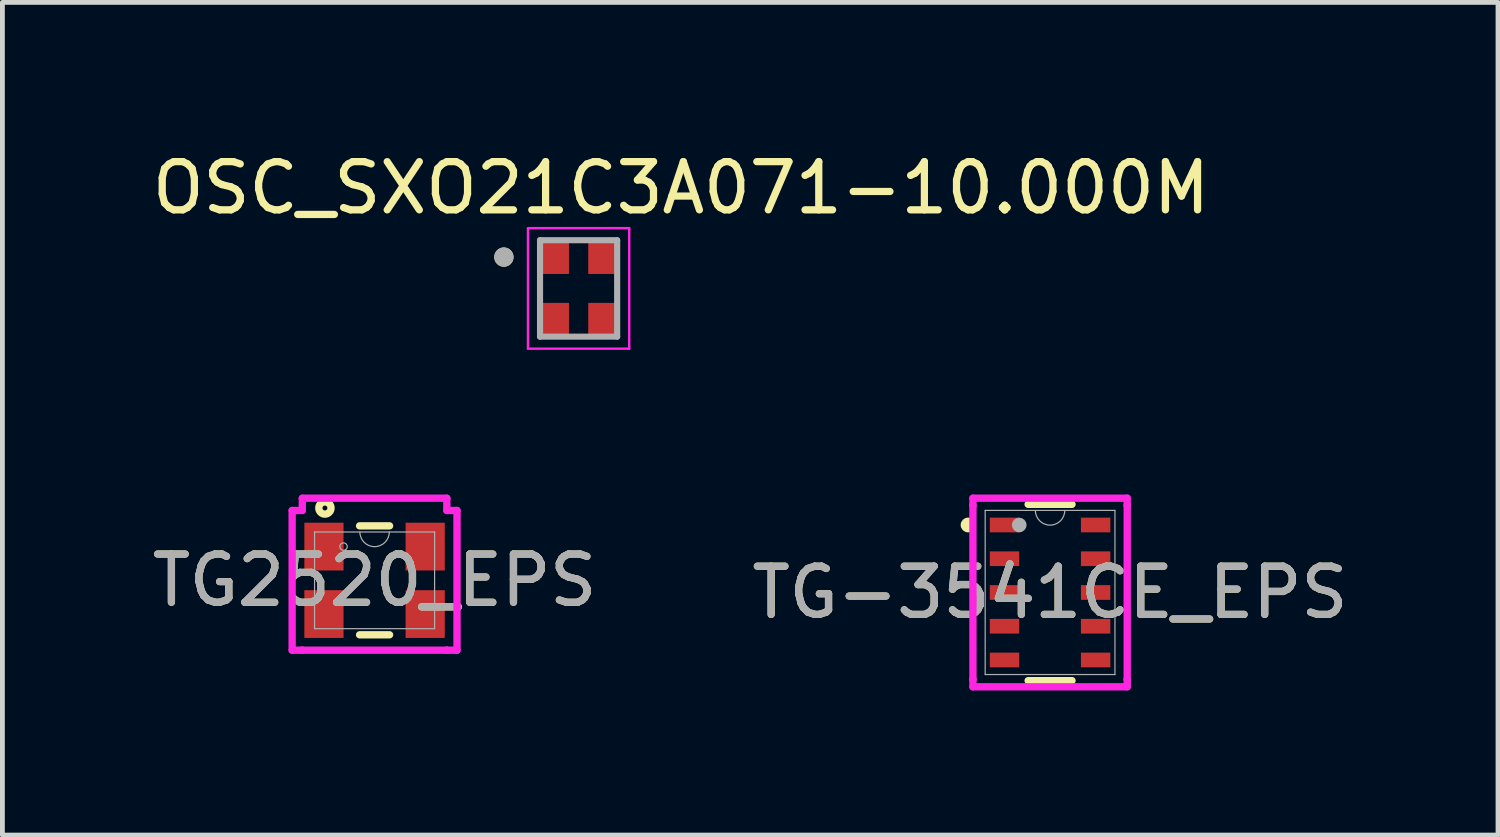
<source format=kicad_pcb>
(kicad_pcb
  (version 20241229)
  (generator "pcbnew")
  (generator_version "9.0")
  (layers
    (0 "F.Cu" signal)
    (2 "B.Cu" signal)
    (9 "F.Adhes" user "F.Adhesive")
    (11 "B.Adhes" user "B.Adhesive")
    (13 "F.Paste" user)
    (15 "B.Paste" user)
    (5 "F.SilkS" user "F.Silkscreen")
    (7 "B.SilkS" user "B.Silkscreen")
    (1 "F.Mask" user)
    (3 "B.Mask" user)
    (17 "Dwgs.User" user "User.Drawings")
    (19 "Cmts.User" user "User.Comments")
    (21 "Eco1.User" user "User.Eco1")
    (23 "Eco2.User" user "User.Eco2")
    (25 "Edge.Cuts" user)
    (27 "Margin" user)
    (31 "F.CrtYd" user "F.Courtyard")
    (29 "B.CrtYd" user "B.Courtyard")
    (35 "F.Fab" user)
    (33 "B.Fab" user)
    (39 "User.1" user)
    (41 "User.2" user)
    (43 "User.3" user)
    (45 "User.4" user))
  (footprint "TG2520_EPS"
    (layer "F.Cu")
    (at 4.72 8.988)
    (property "Reference" "TG2520_EPS" (at 0 0 0) (unlocked yes) (layer "F.SilkS") (effects (font (size 1 1) (thickness 0.15))))
    (attr smd)
    (fp_line (start -0.311 1.13) (end 0.311 1.13) (stroke (width 0.152) (type solid)) (layer "F.SilkS"))
    (fp_line (start 0.311 -1.13) (end -0.311 -1.13) (stroke (width 0.152) (type solid)) (layer "F.SilkS"))
    (fp_circle (center -1.03 -1.5) (end -0.903 -1.5) (stroke (width 0.152) (type solid)) (fill no) (layer "F.SilkS"))
    (fp_line (start -1.71 -1.449) (end -1.499 -1.449) (stroke (width 0.152) (type solid)) (layer "F.CrtYd"))
    (fp_line (start -1.71 1.449) (end -1.71 -1.449) (stroke (width 0.152) (type solid)) (layer "F.CrtYd"))
    (fp_line (start -1.71 1.449) (end -1.499 1.449) (stroke (width 0.152) (type solid)) (layer "F.CrtYd"))
    (fp_line (start -1.499 -1.703) (end 1.499 -1.703) (stroke (width 0.152) (type solid)) (layer "F.CrtYd"))
    (fp_line (start -1.499 -1.449) (end -1.499 -1.703) (stroke (width 0.152) (type solid)) (layer "F.CrtYd"))
    (fp_line (start -1.499 1.449) (end -1.499 1.449) (stroke (width 0.152) (type solid)) (layer "F.CrtYd"))
    (fp_line (start 1.499 -1.703) (end 1.499 -1.449) (stroke (width 0.152) (type solid)) (layer "F.CrtYd"))
    (fp_line (start 1.499 1.449) (end -1.499 1.449) (stroke (width 0.152) (type solid)) (layer "F.CrtYd"))
    (fp_line (start 1.499 1.449) (end 1.499 1.449) (stroke (width 0.152) (type solid)) (layer "F.CrtYd"))
    (fp_line (start 1.71 -1.449) (end 1.499 -1.449) (stroke (width 0.152) (type solid)) (layer "F.CrtYd"))
    (fp_line (start 1.71 -1.449) (end 1.71 1.449) (stroke (width 0.152) (type solid)) (layer "F.CrtYd"))
    (fp_line (start 1.71 1.449) (end 1.499 1.449) (stroke (width 0.152) (type solid)) (layer "F.CrtYd"))
    (fp_line (start -1.245 -1.003) (end -1.245 1.003) (stroke (width 0.025) (type solid)) (layer "F.Fab"))
    (fp_line (start -1.245 1.003) (end 1.245 1.003) (stroke (width 0.025) (type solid)) (layer "F.Fab"))
    (fp_line (start 1.245 -1.003) (end -1.245 -1.003) (stroke (width 0.025) (type solid)) (layer "F.Fab"))
    (fp_line (start 1.245 1.003) (end 1.245 -1.003) (stroke (width 0.025) (type solid)) (layer "F.Fab"))
    (fp_arc (start 0.3048 -1.0033) (mid 0 -0.6985) (end -0.3048 -1.0033) (stroke (width 0.0254) (type solid)) (layer "F.Fab"))
    (fp_circle (center -0.644 -0.7) (end -0.567 -0.7) (stroke (width 0.025) (type solid)) (fill no) (layer "F.Fab"))
    (fp_text user "${REFERENCE}" (at 0 0 0) (unlocked yes) (layer "F.Fab") (effects (font (size 1 1) (thickness 0.15))))
    (pad "1" smd rect (at -1.05 -0.7) (size 0.813 0.991) (layers "F.Cu" "F.Mask" "F.Paste"))
    (pad "2" smd rect (at -1.05 0.7) (size 0.813 0.991) (layers "F.Cu" "F.Mask" "F.Paste"))
    (pad "3" smd rect (at 1.05 0.7) (size 0.813 0.991) (layers "F.Cu" "F.Mask" "F.Paste"))
    (pad "4" smd rect (at 1.05 -0.7) (size 0.813 0.991) (layers "F.Cu" "F.Mask" "F.Paste")))
  (footprint "TG-3541CE_EPS"
    (layer "F.Cu")
    (at 18.732 9.24)
    (property "Reference" "TG-3541CE_EPS" (at 0 0 0) (unlocked yes) (layer "F.SilkS") (effects (font (size 1 1) (thickness 0.15))))
    (attr smd)
    (fp_line (start -0.455 1.829) (end 0.455 1.829) (stroke (width 0.152) (type solid)) (layer "F.SilkS"))
    (fp_line (start 0.455 -1.829) (end -0.455 -1.829) (stroke (width 0.152) (type solid)) (layer "F.SilkS"))
    (fp_circle (center -1.702 -1.4) (end -1.625 -1.4) (stroke (width 0.152) (type solid)) (fill no) (layer "F.SilkS"))
    (fp_line (start -1.6 -1.956) (end 1.6 -1.956) (stroke (width 0.152) (type solid)) (layer "F.CrtYd"))
    (fp_line (start -1.6 -1.806) (end -1.6 -1.956) (stroke (width 0.152) (type solid)) (layer "F.CrtYd"))
    (fp_line (start -1.6 -1.806) (end -1.6 -1.806) (stroke (width 0.152) (type solid)) (layer "F.CrtYd"))
    (fp_line (start -1.6 1.806) (end -1.6 -1.806) (stroke (width 0.152) (type solid)) (layer "F.CrtYd"))
    (fp_line (start -1.6 1.806) (end -1.6 1.806) (stroke (width 0.152) (type solid)) (layer "F.CrtYd"))
    (fp_line (start -1.6 1.956) (end -1.6 1.806) (stroke (width 0.152) (type solid)) (layer "F.CrtYd"))
    (fp_line (start 1.6 -1.956) (end 1.6 -1.806) (stroke (width 0.152) (type solid)) (layer "F.CrtYd"))
    (fp_line (start 1.6 -1.806) (end 1.6 -1.806) (stroke (width 0.152) (type solid)) (layer "F.CrtYd"))
    (fp_line (start 1.6 -1.806) (end 1.6 1.806) (stroke (width 0.152) (type solid)) (layer "F.CrtYd"))
    (fp_line (start 1.6 1.806) (end 1.6 1.806) (stroke (width 0.152) (type solid)) (layer "F.CrtYd"))
    (fp_line (start 1.6 1.806) (end 1.6 1.956) (stroke (width 0.152) (type solid)) (layer "F.CrtYd"))
    (fp_line (start 1.6 1.956) (end -1.6 1.956) (stroke (width 0.152) (type solid)) (layer "F.CrtYd"))
    (fp_line (start -1.346 -1.702) (end -1.346 1.702) (stroke (width 0.025) (type solid)) (layer "F.Fab"))
    (fp_line (start -1.346 1.702) (end 1.346 1.702) (stroke (width 0.025) (type solid)) (layer "F.Fab"))
    (fp_line (start 1.346 -1.702) (end -1.346 -1.702) (stroke (width 0.025) (type solid)) (layer "F.Fab"))
    (fp_line (start 1.346 1.702) (end 1.346 -1.702) (stroke (width 0.025) (type solid)) (layer "F.Fab"))
    (fp_arc (start 0.3048 -1.7018) (mid 0 -1.397) (end -0.3048 -1.7018) (stroke (width 0.0254) (type solid)) (layer "F.Fab"))
    (fp_circle (center -0.64 -1.4) (end -0.64 -1.4) (stroke (width 0.152) (type solid)) (fill no) (layer "F.Fab"))
    (fp_text user "${REFERENCE}" (at 0 0 0) (unlocked yes) (layer "F.Fab") (effects (font (size 1 1) (thickness 0.15))))
    (pad "1" smd rect (at -0.945 -1.4) (size 0.61 0.305) (layers "F.Cu" "F.Mask" "F.Paste"))
    (pad "2" smd rect (at -0.945 -0.7) (size 0.61 0.305) (layers "F.Cu" "F.Mask" "F.Paste"))
    (pad "3" smd rect (at -0.945 0) (size 0.61 0.305) (layers "F.Cu" "F.Mask" "F.Paste"))
    (pad "4" smd rect (at -0.945 0.7) (size 0.61 0.305) (layers "F.Cu" "F.Mask" "F.Paste"))
    (pad "5" smd rect (at -0.945 1.4) (size 0.61 0.305) (layers "F.Cu" "F.Mask" "F.Paste"))
    (pad "6" smd rect (at 0.945 1.4) (size 0.61 0.305) (layers "F.Cu" "F.Mask" "F.Paste"))
    (pad "7" smd rect (at 0.945 0.7) (size 0.61 0.305) (layers "F.Cu" "F.Mask" "F.Paste"))
    (pad "8" smd rect (at 0.945 0) (size 0.61 0.305) (layers "F.Cu" "F.Mask" "F.Paste"))
    (pad "9" smd rect (at 0.945 -0.7) (size 0.61 0.305) (layers "F.Cu" "F.Mask" "F.Paste"))
    (pad "10" smd rect (at 0.945 -1.4) (size 0.61 0.305) (layers "F.Cu" "F.Mask" "F.Paste")))
  (footprint "OSC_SXO21C3A071-10.000M"
    (layer "F.Cu")
    (at 8.952 2.933)
    (property "Reference" "OSC_SXO21C3A071-10.000M" (at 2.125 -2.085 0) (layer "F.SilkS") (effects (font (size 1 1) (thickness 0.15))))
    (attr smd)
    (fp_circle (center -1.55 -0.65) (end -1.45 -0.65) (stroke (width 0.2) (type solid)) (fill no) (layer "F.SilkS"))
    (fp_line (start -1.05 -1.25) (end -1.05 1.25) (stroke (width 0.05) (type solid)) (layer "F.CrtYd"))
    (fp_line (start -1.05 -1.25) (end 1.05 -1.25) (stroke (width 0.05) (type solid)) (layer "F.CrtYd"))
    (fp_line (start 1.05 -1.25) (end 1.05 1.25) (stroke (width 0.05) (type solid)) (layer "F.CrtYd"))
    (fp_line (start 1.05 1.25) (end -1.05 1.25) (stroke (width 0.05) (type solid)) (layer "F.CrtYd"))
    (fp_line (start -0.8 -1) (end -0.8 1) (stroke (width 0.127) (type solid)) (layer "F.Fab"))
    (fp_line (start -0.8 -1) (end 0.8 -1) (stroke (width 0.127) (type solid)) (layer "F.Fab"))
    (fp_line (start 0.8 -1) (end 0.8 1) (stroke (width 0.127) (type solid)) (layer "F.Fab"))
    (fp_line (start 0.8 1) (end -0.8 1) (stroke (width 0.127) (type solid)) (layer "F.Fab"))
    (fp_circle (center -1.55 -0.65) (end -1.45 -0.65) (stroke (width 0.2) (type solid)) (fill no) (layer "F.Fab"))
    (pad "1" smd rect (at -0.5 -0.65) (size 0.6 0.7) (layers "F.Cu" "F.Mask" "F.Paste"))
    (pad "2" smd rect (at -0.5 0.65) (size 0.6 0.7) (layers "F.Cu" "F.Mask" "F.Paste"))
    (pad "3" smd rect (at 0.5 0.65) (size 0.6 0.7) (layers "F.Cu" "F.Mask" "F.Paste"))
    (pad "4" smd rect (at 0.5 -0.65) (size 0.6 0.7) (layers "F.Cu" "F.Mask" "F.Paste")))
  (gr_rect
    (start -3 -3)
    (end 28.024 14.272)
    (stroke (width 0.1) (type default))
    (fill no)
    (layer "Edge.Cuts")))
</source>
